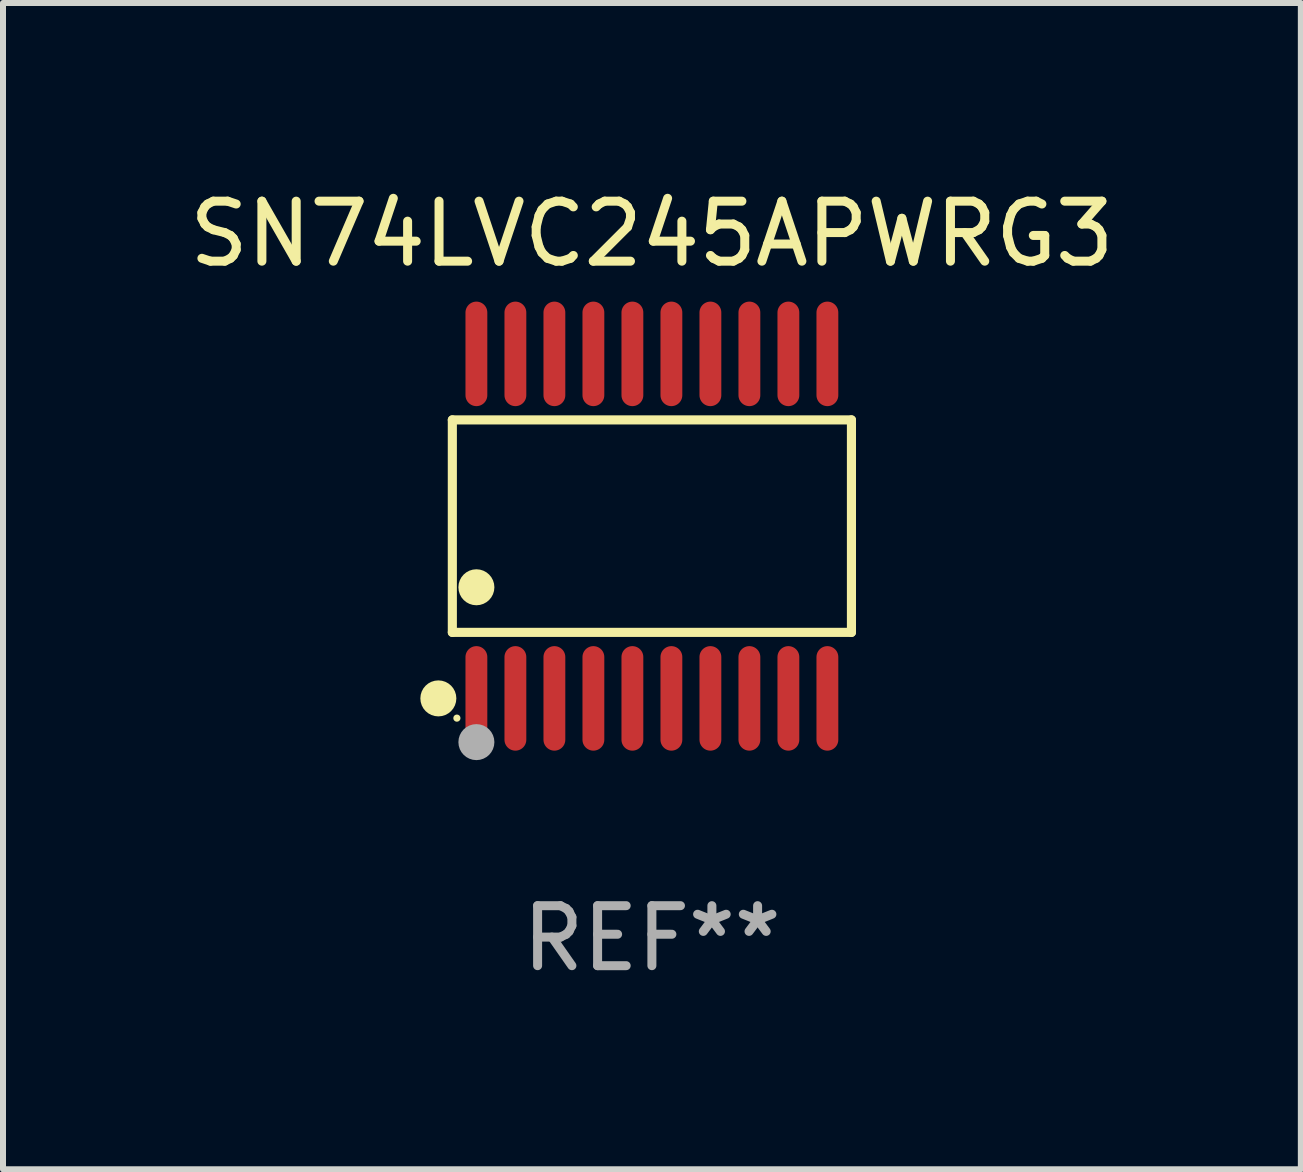
<source format=kicad_pcb>
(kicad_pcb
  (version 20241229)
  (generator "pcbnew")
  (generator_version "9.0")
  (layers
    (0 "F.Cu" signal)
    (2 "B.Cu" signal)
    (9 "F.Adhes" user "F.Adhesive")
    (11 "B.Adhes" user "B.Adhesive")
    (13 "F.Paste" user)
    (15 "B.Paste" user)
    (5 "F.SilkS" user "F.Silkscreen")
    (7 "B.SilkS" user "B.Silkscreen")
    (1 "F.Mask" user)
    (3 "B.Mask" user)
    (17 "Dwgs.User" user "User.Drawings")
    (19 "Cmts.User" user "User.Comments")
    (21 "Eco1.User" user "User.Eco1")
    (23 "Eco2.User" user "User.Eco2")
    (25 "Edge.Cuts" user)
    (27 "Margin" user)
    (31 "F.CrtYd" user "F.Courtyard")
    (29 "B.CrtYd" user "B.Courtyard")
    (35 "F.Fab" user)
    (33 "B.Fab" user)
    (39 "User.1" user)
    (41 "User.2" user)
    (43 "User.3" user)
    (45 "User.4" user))
  (footprint "SN74LVC245APWRG3"
    (layer "F.Cu")
    (at 7.815 5.719)
    (property "Reference" "SN74LVC245APWRG3" (at 0 -4.871 0) (layer "F.SilkS") (effects (font (size 1 1) (thickness 0.15))))
    (attr through_hole)
    (fp_line (start -3.326 -1.771) (end 3.326 -1.771) (stroke (width 0.152) (type solid)) (layer "F.SilkS"))
    (fp_line (start -3.326 1.771) (end -3.326 -1.771) (stroke (width 0.152) (type solid)) (layer "F.SilkS"))
    (fp_line (start 3.326 -1.771) (end 3.326 1.771) (stroke (width 0.152) (type solid)) (layer "F.SilkS"))
    (fp_line (start 3.326 1.771) (end -3.326 1.771) (stroke (width 0.152) (type solid)) (layer "F.SilkS"))
    (fp_circle (center -3.559 2.871) (end -3.409 2.871) (stroke (width 0.3) (type solid)) (fill no) (layer "F.SilkS"))
    (fp_circle (center -3.25 3.2) (end -3.22 3.2) (stroke (width 0.06) (type solid)) (fill no) (layer "F.SilkS"))
    (fp_circle (center -2.925 1.019) (end -2.775 1.019) (stroke (width 0.3) (type solid)) (fill no) (layer "F.SilkS"))
    (fp_circle (center -2.925 3.6) (end -2.775 3.6) (stroke (width 0.3) (type solid)) (fill no) (layer "F.Fab"))
    (fp_text user "REF**" (at 0 6.871 0) (layer "F.Fab") (effects (font (size 1 1) (thickness 0.15))))
    (pad "1" smd oval (at -2.925 2.871) (size 0.364 1.742) (layers "F.Cu" "F.Mask" "F.Paste"))
    (pad "2" smd oval (at -2.275 2.871) (size 0.364 1.742) (layers "F.Cu" "F.Mask" "F.Paste"))
    (pad "3" smd oval (at -1.625 2.871) (size 0.364 1.742) (layers "F.Cu" "F.Mask" "F.Paste"))
    (pad "4" smd oval (at -0.975 2.871) (size 0.364 1.742) (layers "F.Cu" "F.Mask" "F.Paste"))
    (pad "5" smd oval (at -0.325 2.871) (size 0.364 1.742) (layers "F.Cu" "F.Mask" "F.Paste"))
    (pad "6" smd oval (at 0.325 2.871) (size 0.364 1.742) (layers "F.Cu" "F.Mask" "F.Paste"))
    (pad "7" smd oval (at 0.975 2.871) (size 0.364 1.742) (layers "F.Cu" "F.Mask" "F.Paste"))
    (pad "8" smd oval (at 1.625 2.871) (size 0.364 1.742) (layers "F.Cu" "F.Mask" "F.Paste"))
    (pad "9" smd oval (at 2.275 2.871) (size 0.364 1.742) (layers "F.Cu" "F.Mask" "F.Paste"))
    (pad "10" smd oval (at 2.925 2.871) (size 0.364 1.742) (layers "F.Cu" "F.Mask" "F.Paste"))
    (pad "11" smd oval (at 2.925 -2.871) (size 0.364 1.742) (layers "F.Cu" "F.Mask" "F.Paste"))
    (pad "12" smd oval (at 2.275 -2.871) (size 0.364 1.742) (layers "F.Cu" "F.Mask" "F.Paste"))
    (pad "13" smd oval (at 1.625 -2.871) (size 0.364 1.742) (layers "F.Cu" "F.Mask" "F.Paste"))
    (pad "14" smd oval (at 0.975 -2.871) (size 0.364 1.742) (layers "F.Cu" "F.Mask" "F.Paste"))
    (pad "15" smd oval (at 0.325 -2.871) (size 0.364 1.742) (layers "F.Cu" "F.Mask" "F.Paste"))
    (pad "16" smd oval (at -0.325 -2.871) (size 0.364 1.742) (layers "F.Cu" "F.Mask" "F.Paste"))
    (pad "17" smd oval (at -0.975 -2.871) (size 0.364 1.742) (layers "F.Cu" "F.Mask" "F.Paste"))
    (pad "18" smd oval (at -1.625 -2.871) (size 0.364 1.742) (layers "F.Cu" "F.Mask" "F.Paste"))
    (pad "19" smd oval (at -2.275 -2.871) (size 0.364 1.742) (layers "F.Cu" "F.Mask" "F.Paste"))
    (pad "20" smd oval (at -2.925 -2.871) (size 0.364 1.742) (layers "F.Cu" "F.Mask" "F.Paste")))
  (gr_rect
    (start -3 -3)
    (end 18.631 16.438)
    (stroke (width 0.1) (type default))
    (fill no)
    (layer "Edge.Cuts")))
</source>
